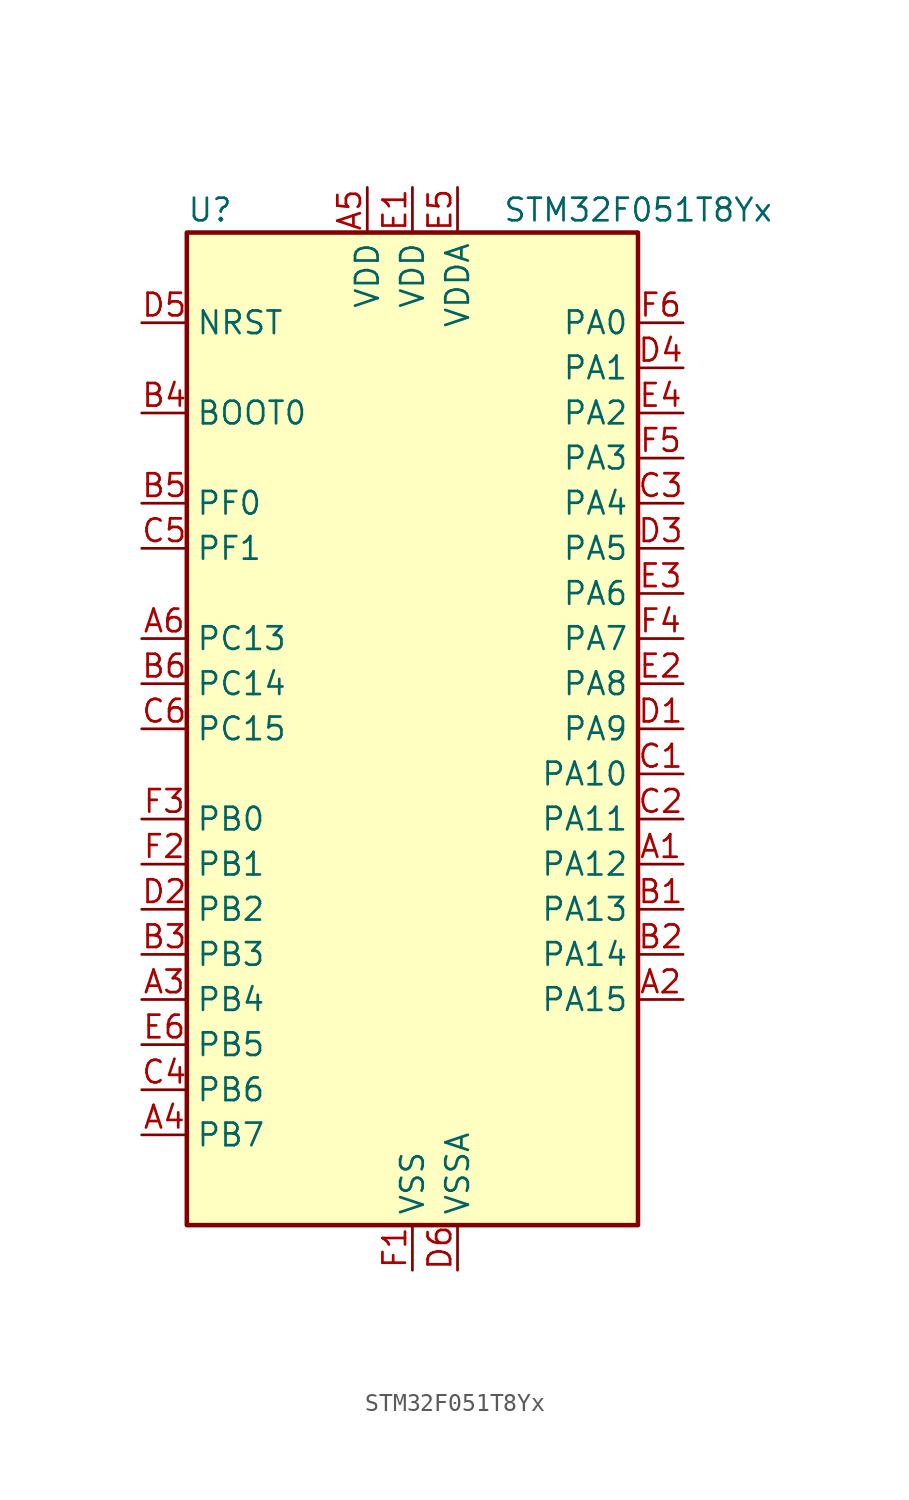
<source format=kicad_sym>
(kicad_symbol_lib
  (version 20241209)
  (generator "kicad_symbol_editor")
  (generator_version "9.0")
  (symbol "STM32F051T8Yx"
    (property "Reference" "U"
      (at -12.7 29.21 0)
      (effects (font (size 1.27 1.27)) (justify left)))
    (property "Value" "STM32F051T8Yx"
      (at 5.08 29.21 0)
      (effects (font (size 1.27 1.27)) (justify left)))
    (symbol "STM32F051T8Yx_0_1"
      (rectangle (start -12.7 -27.94) (end 12.7 27.94) (stroke (width 0.254) (type default)) (fill (type background))))
    (symbol "STM32F051T8Yx_1_1"
      (pin input line (at -15.24 22.86 0) (length 2.54) (name "NRST" (effects (font (size 1.27 1.27)))) (number "D5" (effects (font (size 1.27 1.27)))))
      (pin input line (at -15.24 17.78 0) (length 2.54) (name "BOOT0" (effects (font (size 1.27 1.27)))) (number "B4" (effects (font (size 1.27 1.27)))))
      (pin bidirectional line (at -15.24 12.7 0) (length 2.54) (name "PF0" (effects (font (size 1.27 1.27)))) (number "B5" (effects (font (size 1.27 1.27)))) (alternate "RCC_OSC_IN" bidirectional line))
      (pin bidirectional line (at -15.24 10.16 0) (length 2.54) (name "PF1" (effects (font (size 1.27 1.27)))) (number "C5" (effects (font (size 1.27 1.27)))) (alternate "RCC_OSC_OUT" bidirectional line))
      (pin bidirectional line (at -15.24 5.08 0) (length 2.54) (name "PC13" (effects (font (size 1.27 1.27)))) (number "A6" (effects (font (size 1.27 1.27)))) (alternate "RTC_OUT_ALARM" bidirectional line) (alternate "RTC_OUT_CALIB" bidirectional line) (alternate "RTC_TAMP1" bidirectional line) (alternate "RTC_TS" bidirectional line) (alternate "SYS_WKUP2" bidirectional line))
      (pin bidirectional line (at -15.24 2.54 0) (length 2.54) (name "PC14" (effects (font (size 1.27 1.27)))) (number "B6" (effects (font (size 1.27 1.27)))) (alternate "RCC_OSC32_IN" bidirectional line))
      (pin bidirectional line (at -15.24 0 0) (length 2.54) (name "PC15" (effects (font (size 1.27 1.27)))) (number "C6" (effects (font (size 1.27 1.27)))) (alternate "RCC_OSC32_OUT" bidirectional line))
      (pin bidirectional line (at -15.24 -5.08 0) (length 2.54) (name "PB0" (effects (font (size 1.27 1.27)))) (number "F3" (effects (font (size 1.27 1.27)))) (alternate "ADC_IN8" bidirectional line) (alternate "TIM1_CH2N" bidirectional line) (alternate "TIM3_CH3" bidirectional line) (alternate "TSC_G3_IO2" bidirectional line))
      (pin bidirectional line (at -15.24 -7.62 0) (length 2.54) (name "PB1" (effects (font (size 1.27 1.27)))) (number "F2" (effects (font (size 1.27 1.27)))) (alternate "ADC_IN9" bidirectional line) (alternate "TIM14_CH1" bidirectional line) (alternate "TIM1_CH3N" bidirectional line) (alternate "TIM3_CH4" bidirectional line) (alternate "TSC_G3_IO3" bidirectional line))
      (pin bidirectional line (at -15.24 -10.16 0) (length 2.54) (name "PB2" (effects (font (size 1.27 1.27)))) (number "D2" (effects (font (size 1.27 1.27)))) (alternate "TSC_G3_IO4" bidirectional line))
      (pin bidirectional line (at -15.24 -12.7 0) (length 2.54) (name "PB3" (effects (font (size 1.27 1.27)))) (number "B3" (effects (font (size 1.27 1.27)))) (alternate "I2S1_CK" bidirectional line) (alternate "SPI1_SCK" bidirectional line) (alternate "TIM2_CH2" bidirectional line) (alternate "TSC_G5_IO1" bidirectional line))
      (pin bidirectional line (at -15.24 -15.24 0) (length 2.54) (name "PB4" (effects (font (size 1.27 1.27)))) (number "A3" (effects (font (size 1.27 1.27)))) (alternate "I2S1_MCK" bidirectional line) (alternate "SPI1_MISO" bidirectional line) (alternate "TIM3_CH1" bidirectional line) (alternate "TSC_G5_IO2" bidirectional line))
      (pin bidirectional line (at -15.24 -17.78 0) (length 2.54) (name "PB5" (effects (font (size 1.27 1.27)))) (number "E6" (effects (font (size 1.27 1.27)))) (alternate "I2C1_SMBA" bidirectional line) (alternate "I2S1_SD" bidirectional line) (alternate "SPI1_MOSI" bidirectional line) (alternate "TIM16_BKIN" bidirectional line) (alternate "TIM3_CH2" bidirectional line))
      (pin bidirectional line (at -15.24 -20.32 0) (length 2.54) (name "PB6" (effects (font (size 1.27 1.27)))) (number "C4" (effects (font (size 1.27 1.27)))) (alternate "I2C1_SCL" bidirectional line) (alternate "TIM16_CH1N" bidirectional line) (alternate "TSC_G5_IO3" bidirectional line) (alternate "USART1_TX" bidirectional line))
      (pin bidirectional line (at -15.24 -22.86 0) (length 2.54) (name "PB7" (effects (font (size 1.27 1.27)))) (number "A4" (effects (font (size 1.27 1.27)))) (alternate "I2C1_SDA" bidirectional line) (alternate "TIM17_CH1N" bidirectional line) (alternate "TSC_G5_IO4" bidirectional line) (alternate "USART1_RX" bidirectional line))
      (pin power_in line (at -2.54 30.48 270) (length 2.54) (name "VDD" (effects (font (size 1.27 1.27)))) (number "A5" (effects (font (size 1.27 1.27)))))
      (pin power_in line (at 0 30.48 270) (length 2.54) (name "VDD" (effects (font (size 1.27 1.27)))) (number "E1" (effects (font (size 1.27 1.27)))))
      (pin power_in line (at 0 -30.48 90) (length 2.54) (name "VSS" (effects (font (size 1.27 1.27)))) (number "F1" (effects (font (size 1.27 1.27)))))
      (pin power_in line (at 2.54 30.48 270) (length 2.54) (name "VDDA" (effects (font (size 1.27 1.27)))) (number "E5" (effects (font (size 1.27 1.27)))))
      (pin power_in line (at 2.54 -30.48 90) (length 2.54) (name "VSSA" (effects (font (size 1.27 1.27)))) (number "D6" (effects (font (size 1.27 1.27)))))
      (pin bidirectional line (at 15.24 22.86 180) (length 2.54) (name "PA0" (effects (font (size 1.27 1.27)))) (number "F6" (effects (font (size 1.27 1.27)))) (alternate "ADC_IN0" bidirectional line) (alternate "COMP1_INM" bidirectional line) (alternate "COMP1_OUT" bidirectional line) (alternate "RTC_TAMP2" bidirectional line) (alternate "SYS_WKUP1" bidirectional line) (alternate "TIM2_CH1" bidirectional line) (alternate "TIM2_ETR" bidirectional line) (alternate "TSC_G1_IO1" bidirectional line) (alternate "USART2_CTS" bidirectional line))
      (pin bidirectional line (at 15.24 20.32 180) (length 2.54) (name "PA1" (effects (font (size 1.27 1.27)))) (number "D4" (effects (font (size 1.27 1.27)))) (alternate "ADC_IN1" bidirectional line) (alternate "COMP1_INP" bidirectional line) (alternate "TIM2_CH2" bidirectional line) (alternate "TSC_G1_IO2" bidirectional line) (alternate "USART2_DE" bidirectional line) (alternate "USART2_RTS" bidirectional line))
      (pin bidirectional line (at 15.24 17.78 180) (length 2.54) (name "PA2" (effects (font (size 1.27 1.27)))) (number "E4" (effects (font (size 1.27 1.27)))) (alternate "ADC_IN2" bidirectional line) (alternate "COMP2_INM" bidirectional line) (alternate "COMP2_OUT" bidirectional line) (alternate "TIM15_CH1" bidirectional line) (alternate "TIM2_CH3" bidirectional line) (alternate "TSC_G1_IO3" bidirectional line) (alternate "USART2_TX" bidirectional line))
      (pin bidirectional line (at 15.24 15.24 180) (length 2.54) (name "PA3" (effects (font (size 1.27 1.27)))) (number "F5" (effects (font (size 1.27 1.27)))) (alternate "ADC_IN3" bidirectional line) (alternate "COMP2_INP" bidirectional line) (alternate "TIM15_CH2" bidirectional line) (alternate "TIM2_CH4" bidirectional line) (alternate "TSC_G1_IO4" bidirectional line) (alternate "USART2_RX" bidirectional line))
      (pin bidirectional line (at 15.24 12.7 180) (length 2.54) (name "PA4" (effects (font (size 1.27 1.27)))) (number "C3" (effects (font (size 1.27 1.27)))) (alternate "ADC_IN4" bidirectional line) (alternate "COMP1_INM" bidirectional line) (alternate "COMP2_INM" bidirectional line) (alternate "DAC1_OUT1" bidirectional line) (alternate "I2S1_WS" bidirectional line) (alternate "SPI1_NSS" bidirectional line) (alternate "TIM14_CH1" bidirectional line) (alternate "TSC_G2_IO1" bidirectional line) (alternate "USART2_CK" bidirectional line))
      (pin bidirectional line (at 15.24 10.16 180) (length 2.54) (name "PA5" (effects (font (size 1.27 1.27)))) (number "D3" (effects (font (size 1.27 1.27)))) (alternate "ADC_IN5" bidirectional line) (alternate "CEC" bidirectional line) (alternate "COMP1_INM" bidirectional line) (alternate "COMP2_INM" bidirectional line) (alternate "I2S1_CK" bidirectional line) (alternate "SPI1_SCK" bidirectional line) (alternate "TIM2_CH1" bidirectional line) (alternate "TIM2_ETR" bidirectional line) (alternate "TSC_G2_IO2" bidirectional line))
      (pin bidirectional line (at 15.24 7.62 180) (length 2.54) (name "PA6" (effects (font (size 1.27 1.27)))) (number "E3" (effects (font (size 1.27 1.27)))) (alternate "ADC_IN6" bidirectional line) (alternate "COMP1_OUT" bidirectional line) (alternate "I2S1_MCK" bidirectional line) (alternate "SPI1_MISO" bidirectional line) (alternate "TIM16_CH1" bidirectional line) (alternate "TIM1_BKIN" bidirectional line) (alternate "TIM3_CH1" bidirectional line) (alternate "TSC_G2_IO3" bidirectional line))
      (pin bidirectional line (at 15.24 5.08 180) (length 2.54) (name "PA7" (effects (font (size 1.27 1.27)))) (number "F4" (effects (font (size 1.27 1.27)))) (alternate "ADC_IN7" bidirectional line) (alternate "COMP2_OUT" bidirectional line) (alternate "I2S1_SD" bidirectional line) (alternate "SPI1_MOSI" bidirectional line) (alternate "TIM14_CH1" bidirectional line) (alternate "TIM17_CH1" bidirectional line) (alternate "TIM1_CH1N" bidirectional line) (alternate "TIM3_CH2" bidirectional line) (alternate "TSC_G2_IO4" bidirectional line))
      (pin bidirectional line (at 15.24 2.54 180) (length 2.54) (name "PA8" (effects (font (size 1.27 1.27)))) (number "E2" (effects (font (size 1.27 1.27)))) (alternate "RCC_MCO" bidirectional line) (alternate "TIM1_CH1" bidirectional line) (alternate "USART1_CK" bidirectional line))
      (pin bidirectional line (at 15.24 0 180) (length 2.54) (name "PA9" (effects (font (size 1.27 1.27)))) (number "D1" (effects (font (size 1.27 1.27)))) (alternate "DAC1_EXTI9" bidirectional line) (alternate "TIM15_BKIN" bidirectional line) (alternate "TIM1_CH2" bidirectional line) (alternate "TSC_G4_IO1" bidirectional line) (alternate "USART1_TX" bidirectional line))
      (pin bidirectional line (at 15.24 -2.54 180) (length 2.54) (name "PA10" (effects (font (size 1.27 1.27)))) (number "C1" (effects (font (size 1.27 1.27)))) (alternate "TIM17_BKIN" bidirectional line) (alternate "TIM1_CH3" bidirectional line) (alternate "TSC_G4_IO2" bidirectional line) (alternate "USART1_RX" bidirectional line))
      (pin bidirectional line (at 15.24 -5.08 180) (length 2.54) (name "PA11" (effects (font (size 1.27 1.27)))) (number "C2" (effects (font (size 1.27 1.27)))) (alternate "COMP1_OUT" bidirectional line) (alternate "TIM1_CH4" bidirectional line) (alternate "TSC_G4_IO3" bidirectional line) (alternate "USART1_CTS" bidirectional line))
      (pin bidirectional line (at 15.24 -7.62 180) (length 2.54) (name "PA12" (effects (font (size 1.27 1.27)))) (number "A1" (effects (font (size 1.27 1.27)))) (alternate "COMP2_OUT" bidirectional line) (alternate "TIM1_ETR" bidirectional line) (alternate "TSC_G4_IO4" bidirectional line) (alternate "USART1_DE" bidirectional line) (alternate "USART1_RTS" bidirectional line))
      (pin bidirectional line (at 15.24 -10.16 180) (length 2.54) (name "PA13" (effects (font (size 1.27 1.27)))) (number "B1" (effects (font (size 1.27 1.27)))) (alternate "IR_OUT" bidirectional line) (alternate "SYS_SWDIO" bidirectional line))
      (pin bidirectional line (at 15.24 -12.7 180) (length 2.54) (name "PA14" (effects (font (size 1.27 1.27)))) (number "B2" (effects (font (size 1.27 1.27)))) (alternate "SYS_SWCLK" bidirectional line) (alternate "USART2_TX" bidirectional line))
      (pin bidirectional line (at 15.24 -15.24 180) (length 2.54) (name "PA15" (effects (font (size 1.27 1.27)))) (number "A2" (effects (font (size 1.27 1.27)))) (alternate "I2S1_WS" bidirectional line) (alternate "SPI1_NSS" bidirectional line) (alternate "TIM2_CH1" bidirectional line) (alternate "TIM2_ETR" bidirectional line) (alternate "USART2_RX" bidirectional line)))))
</source>
